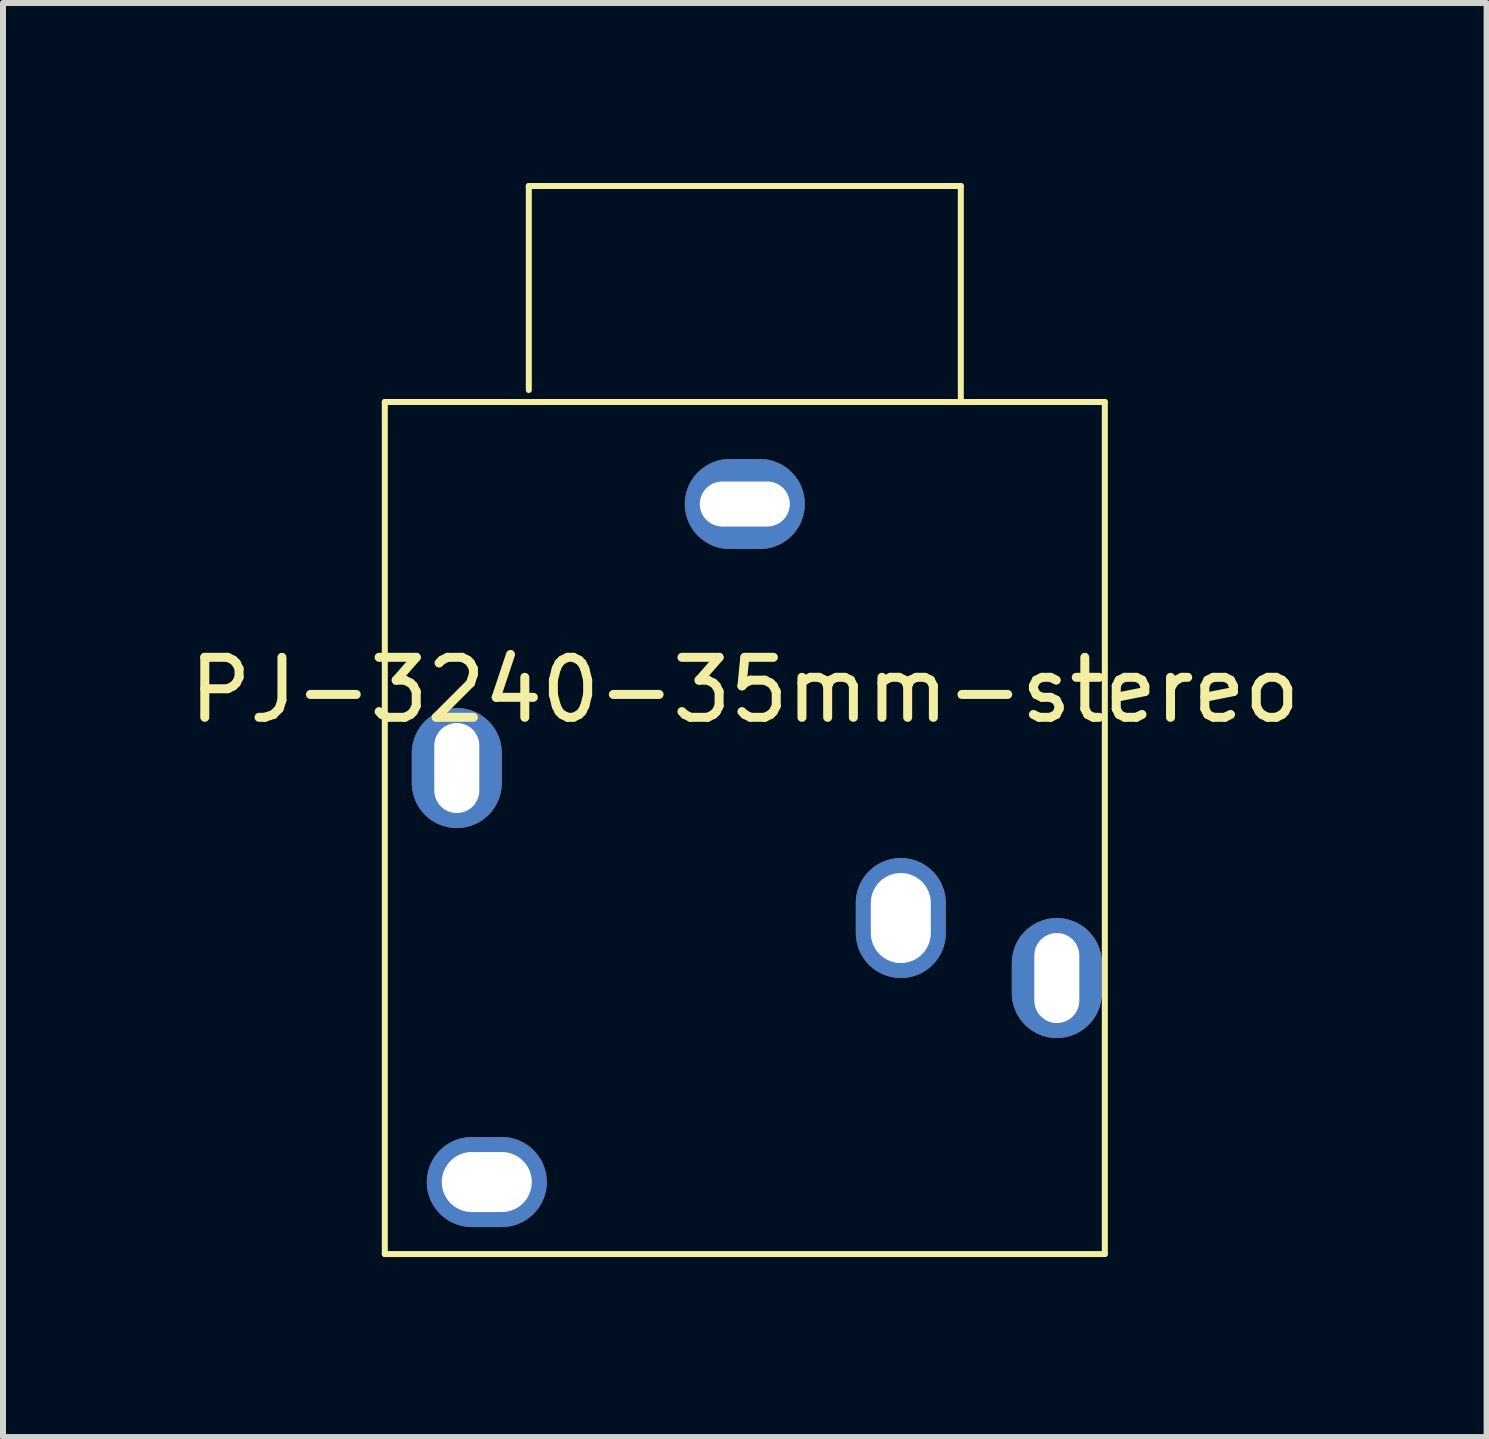
<source format=kicad_pcb>
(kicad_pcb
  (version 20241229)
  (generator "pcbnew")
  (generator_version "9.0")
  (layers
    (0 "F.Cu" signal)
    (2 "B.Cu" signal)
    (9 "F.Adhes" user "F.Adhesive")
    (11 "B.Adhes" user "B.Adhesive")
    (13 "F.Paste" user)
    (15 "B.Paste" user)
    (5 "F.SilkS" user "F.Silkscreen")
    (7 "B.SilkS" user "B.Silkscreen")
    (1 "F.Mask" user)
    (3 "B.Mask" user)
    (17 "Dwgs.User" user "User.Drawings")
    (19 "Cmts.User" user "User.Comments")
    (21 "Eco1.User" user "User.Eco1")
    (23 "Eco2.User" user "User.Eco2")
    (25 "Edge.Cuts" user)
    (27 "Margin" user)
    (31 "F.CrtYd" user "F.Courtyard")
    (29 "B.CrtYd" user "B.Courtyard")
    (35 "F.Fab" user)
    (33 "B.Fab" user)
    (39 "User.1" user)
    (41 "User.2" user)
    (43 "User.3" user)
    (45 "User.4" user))
  (footprint "PJ-3240-35mm-stereo"
    (layer "F.Cu")
    (at 9.363 3.65)
    (property "Reference" "PJ-3240-35mm-stereo" (at 0 4.8 0) (layer "F.SilkS") (effects (font (size 1 1) (thickness 0.15))))
    (attr through_hole)
    (fp_line (start -6 0) (end -6 14.2) (stroke (width 0.1) (type solid)) (layer "F.SilkS"))
    (fp_line (start -6 14.2) (end 6 14.2) (stroke (width 0.1) (type solid)) (layer "F.SilkS"))
    (fp_line (start -3.6 -3.6) (end 3.6 -3.6) (stroke (width 0.1) (type solid)) (layer "F.SilkS"))
    (fp_line (start -3.6 -0.2) (end -3.6 -3.6) (stroke (width 0.1) (type solid)) (layer "F.SilkS"))
    (fp_line (start 0 0) (end -6 0) (stroke (width 0.1) (type solid)) (layer "F.SilkS"))
    (fp_line (start 3.6 -3.6) (end 3.6 0) (stroke (width 0.1) (type solid)) (layer "F.SilkS"))
    (fp_line (start 6 0) (end 0 0) (stroke (width 0.1) (type solid)) (layer "F.SilkS"))
    (fp_line (start 6 14.2) (end 6 0) (stroke (width 0.1) (type solid)) (layer "F.SilkS"))
    (pad "G" thru_hole oval (at 0 1.7) (size 2 1.5) (drill oval 1.5 0.75) (layers "*.Cu" "*.Mask"))
    (pad "S1" thru_hole oval (at 5.2 9.6) (size 1.5 2) (drill oval 0.75 1.5) (layers "*.Cu" "*.Mask"))
    (pad "SN1" thru_hole oval (at 2.6 8.6) (size 1.5 2) (drill oval 1 1.5) (layers "*.Cu" "*.Mask"))
    (pad "T1" thru_hole oval (at -4.8 6.1) (size 1.5 2) (drill oval 0.75 1.5) (layers "*.Cu" "*.Mask"))
    (pad "TN1" thru_hole oval (at -4.3 13) (size 2 1.5) (drill oval 1.5 1) (layers "*.Cu" "*.Mask")))
  (gr_rect
    (start -3 -3)
    (end 21.726 20.9)
    (stroke (width 0.1) (type default))
    (fill no)
    (layer "Edge.Cuts")))
</source>
